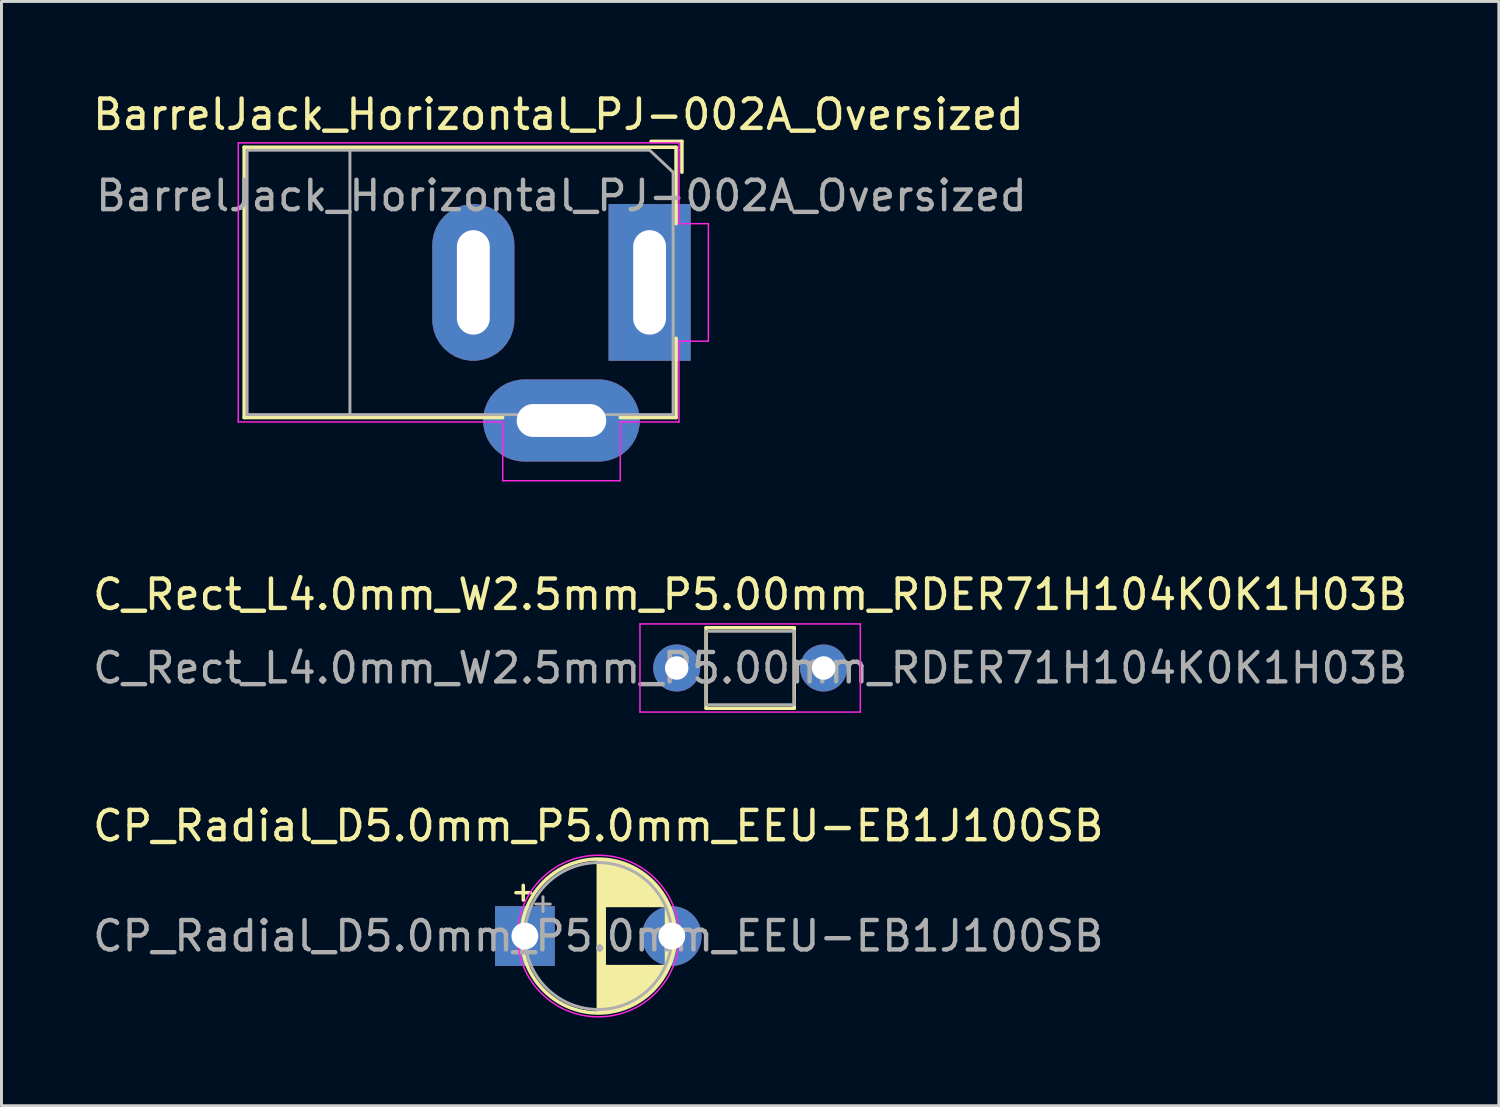
<source format=kicad_pcb>
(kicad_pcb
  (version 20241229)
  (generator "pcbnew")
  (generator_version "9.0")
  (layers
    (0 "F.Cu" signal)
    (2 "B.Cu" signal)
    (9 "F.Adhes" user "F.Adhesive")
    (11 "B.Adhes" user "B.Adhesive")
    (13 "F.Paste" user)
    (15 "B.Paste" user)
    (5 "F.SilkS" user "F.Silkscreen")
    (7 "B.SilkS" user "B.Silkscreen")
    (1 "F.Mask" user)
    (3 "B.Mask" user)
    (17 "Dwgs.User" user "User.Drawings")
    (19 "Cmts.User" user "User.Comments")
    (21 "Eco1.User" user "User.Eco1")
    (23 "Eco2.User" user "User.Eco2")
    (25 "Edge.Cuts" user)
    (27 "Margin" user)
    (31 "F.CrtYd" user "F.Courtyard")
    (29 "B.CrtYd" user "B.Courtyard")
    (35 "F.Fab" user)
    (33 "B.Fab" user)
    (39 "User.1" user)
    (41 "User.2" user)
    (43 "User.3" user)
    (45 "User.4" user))
  (footprint "CP_Radial_D5.0mm_P5.0mm_EEU-EB1J100SB"
    (layer "F.Cu")
    (at 16.065 28.809)
    (property "Reference" "CP_Radial_D5.0mm_P5.0mm_EEU-EB1J100SB" (at 1.25 -3.75 0) (layer "F.SilkS") (effects (font (size 1 1) (thickness 0.15))))
    (attr through_hole)
    (fp_line (start -1.555 -1.475) (end -1.055 -1.475) (stroke (width 0.12) (type solid)) (layer "F.SilkS"))
    (fp_line (start -1.305 -1.725) (end -1.305 -1.225) (stroke (width 0.12) (type solid)) (layer "F.SilkS"))
    (fp_line (start 1.25 -2.58) (end 1.25 2.58) (stroke (width 0.12) (type solid)) (layer "F.SilkS"))
    (fp_line (start 1.29 -2.58) (end 1.29 2.58) (stroke (width 0.12) (type solid)) (layer "F.SilkS"))
    (fp_line (start 1.33 -2.579) (end 1.33 2.579) (stroke (width 0.12) (type solid)) (layer "F.SilkS"))
    (fp_line (start 1.37 -2.578) (end 1.37 2.578) (stroke (width 0.12) (type solid)) (layer "F.SilkS"))
    (fp_line (start 1.41 -2.576) (end 1.41 2.576) (stroke (width 0.12) (type solid)) (layer "F.SilkS"))
    (fp_line (start 1.45 -2.573) (end 1.45 2.573) (stroke (width 0.12) (type solid)) (layer "F.SilkS"))
    (fp_line (start 1.49 -2.569) (end 1.49 -1.04) (stroke (width 0.12) (type solid)) (layer "F.SilkS"))
    (fp_line (start 1.49 1.04) (end 1.49 2.569) (stroke (width 0.12) (type solid)) (layer "F.SilkS"))
    (fp_line (start 1.53 -2.565) (end 1.53 -1.04) (stroke (width 0.12) (type solid)) (layer "F.SilkS"))
    (fp_line (start 1.53 1.04) (end 1.53 2.565) (stroke (width 0.12) (type solid)) (layer "F.SilkS"))
    (fp_line (start 1.57 -2.561) (end 1.57 -1.04) (stroke (width 0.12) (type solid)) (layer "F.SilkS"))
    (fp_line (start 1.57 1.04) (end 1.57 2.561) (stroke (width 0.12) (type solid)) (layer "F.SilkS"))
    (fp_line (start 1.61 -2.556) (end 1.61 -1.04) (stroke (width 0.12) (type solid)) (layer "F.SilkS"))
    (fp_line (start 1.61 1.04) (end 1.61 2.556) (stroke (width 0.12) (type solid)) (layer "F.SilkS"))
    (fp_line (start 1.65 -2.55) (end 1.65 -1.04) (stroke (width 0.12) (type solid)) (layer "F.SilkS"))
    (fp_line (start 1.65 1.04) (end 1.65 2.55) (stroke (width 0.12) (type solid)) (layer "F.SilkS"))
    (fp_line (start 1.69 -2.543) (end 1.69 -1.04) (stroke (width 0.12) (type solid)) (layer "F.SilkS"))
    (fp_line (start 1.69 1.04) (end 1.69 2.543) (stroke (width 0.12) (type solid)) (layer "F.SilkS"))
    (fp_line (start 1.73 -2.536) (end 1.73 -1.04) (stroke (width 0.12) (type solid)) (layer "F.SilkS"))
    (fp_line (start 1.73 1.04) (end 1.73 2.536) (stroke (width 0.12) (type solid)) (layer "F.SilkS"))
    (fp_line (start 1.77 -2.528) (end 1.77 -1.04) (stroke (width 0.12) (type solid)) (layer "F.SilkS"))
    (fp_line (start 1.77 1.04) (end 1.77 2.528) (stroke (width 0.12) (type solid)) (layer "F.SilkS"))
    (fp_line (start 1.81 -2.52) (end 1.81 -1.04) (stroke (width 0.12) (type solid)) (layer "F.SilkS"))
    (fp_line (start 1.81 1.04) (end 1.81 2.52) (stroke (width 0.12) (type solid)) (layer "F.SilkS"))
    (fp_line (start 1.85 -2.511) (end 1.85 -1.04) (stroke (width 0.12) (type solid)) (layer "F.SilkS"))
    (fp_line (start 1.85 1.04) (end 1.85 2.511) (stroke (width 0.12) (type solid)) (layer "F.SilkS"))
    (fp_line (start 1.89 -2.501) (end 1.89 -1.04) (stroke (width 0.12) (type solid)) (layer "F.SilkS"))
    (fp_line (start 1.89 1.04) (end 1.89 2.501) (stroke (width 0.12) (type solid)) (layer "F.SilkS"))
    (fp_line (start 1.93 -2.491) (end 1.93 -1.04) (stroke (width 0.12) (type solid)) (layer "F.SilkS"))
    (fp_line (start 1.93 1.04) (end 1.93 2.491) (stroke (width 0.12) (type solid)) (layer "F.SilkS"))
    (fp_line (start 1.971 -2.48) (end 1.971 -1.04) (stroke (width 0.12) (type solid)) (layer "F.SilkS"))
    (fp_line (start 1.971 1.04) (end 1.971 2.48) (stroke (width 0.12) (type solid)) (layer "F.SilkS"))
    (fp_line (start 2.011 -2.468) (end 2.011 -1.04) (stroke (width 0.12) (type solid)) (layer "F.SilkS"))
    (fp_line (start 2.011 1.04) (end 2.011 2.468) (stroke (width 0.12) (type solid)) (layer "F.SilkS"))
    (fp_line (start 2.051 -2.455) (end 2.051 -1.04) (stroke (width 0.12) (type solid)) (layer "F.SilkS"))
    (fp_line (start 2.051 1.04) (end 2.051 2.455) (stroke (width 0.12) (type solid)) (layer "F.SilkS"))
    (fp_line (start 2.091 -2.442) (end 2.091 -1.04) (stroke (width 0.12) (type solid)) (layer "F.SilkS"))
    (fp_line (start 2.091 1.04) (end 2.091 2.442) (stroke (width 0.12) (type solid)) (layer "F.SilkS"))
    (fp_line (start 2.131 -2.428) (end 2.131 -1.04) (stroke (width 0.12) (type solid)) (layer "F.SilkS"))
    (fp_line (start 2.131 1.04) (end 2.131 2.428) (stroke (width 0.12) (type solid)) (layer "F.SilkS"))
    (fp_line (start 2.171 -2.414) (end 2.171 -1.04) (stroke (width 0.12) (type solid)) (layer "F.SilkS"))
    (fp_line (start 2.171 1.04) (end 2.171 2.414) (stroke (width 0.12) (type solid)) (layer "F.SilkS"))
    (fp_line (start 2.211 -2.398) (end 2.211 -1.04) (stroke (width 0.12) (type solid)) (layer "F.SilkS"))
    (fp_line (start 2.211 1.04) (end 2.211 2.398) (stroke (width 0.12) (type solid)) (layer "F.SilkS"))
    (fp_line (start 2.251 -2.382) (end 2.251 -1.04) (stroke (width 0.12) (type solid)) (layer "F.SilkS"))
    (fp_line (start 2.251 1.04) (end 2.251 2.382) (stroke (width 0.12) (type solid)) (layer "F.SilkS"))
    (fp_line (start 2.291 -2.365) (end 2.291 -1.04) (stroke (width 0.12) (type solid)) (layer "F.SilkS"))
    (fp_line (start 2.291 1.04) (end 2.291 2.365) (stroke (width 0.12) (type solid)) (layer "F.SilkS"))
    (fp_line (start 2.331 -2.348) (end 2.331 -1.04) (stroke (width 0.12) (type solid)) (layer "F.SilkS"))
    (fp_line (start 2.331 1.04) (end 2.331 2.348) (stroke (width 0.12) (type solid)) (layer "F.SilkS"))
    (fp_line (start 2.371 -2.329) (end 2.371 -1.04) (stroke (width 0.12) (type solid)) (layer "F.SilkS"))
    (fp_line (start 2.371 1.04) (end 2.371 2.329) (stroke (width 0.12) (type solid)) (layer "F.SilkS"))
    (fp_line (start 2.411 -2.31) (end 2.411 -1.04) (stroke (width 0.12) (type solid)) (layer "F.SilkS"))
    (fp_line (start 2.411 1.04) (end 2.411 2.31) (stroke (width 0.12) (type solid)) (layer "F.SilkS"))
    (fp_line (start 2.451 -2.29) (end 2.451 -1.04) (stroke (width 0.12) (type solid)) (layer "F.SilkS"))
    (fp_line (start 2.451 1.04) (end 2.451 2.29) (stroke (width 0.12) (type solid)) (layer "F.SilkS"))
    (fp_line (start 2.491 -2.268) (end 2.491 -1.04) (stroke (width 0.12) (type solid)) (layer "F.SilkS"))
    (fp_line (start 2.491 1.04) (end 2.491 2.268) (stroke (width 0.12) (type solid)) (layer "F.SilkS"))
    (fp_line (start 2.531 -2.247) (end 2.531 -1.04) (stroke (width 0.12) (type solid)) (layer "F.SilkS"))
    (fp_line (start 2.531 1.04) (end 2.531 2.247) (stroke (width 0.12) (type solid)) (layer "F.SilkS"))
    (fp_line (start 2.571 -2.224) (end 2.571 -1.04) (stroke (width 0.12) (type solid)) (layer "F.SilkS"))
    (fp_line (start 2.571 1.04) (end 2.571 2.224) (stroke (width 0.12) (type solid)) (layer "F.SilkS"))
    (fp_line (start 2.611 -2.2) (end 2.611 -1.04) (stroke (width 0.12) (type solid)) (layer "F.SilkS"))
    (fp_line (start 2.611 1.04) (end 2.611 2.2) (stroke (width 0.12) (type solid)) (layer "F.SilkS"))
    (fp_line (start 2.651 -2.175) (end 2.651 -1.04) (stroke (width 0.12) (type solid)) (layer "F.SilkS"))
    (fp_line (start 2.651 1.04) (end 2.651 2.175) (stroke (width 0.12) (type solid)) (layer "F.SilkS"))
    (fp_line (start 2.691 -2.149) (end 2.691 -1.04) (stroke (width 0.12) (type solid)) (layer "F.SilkS"))
    (fp_line (start 2.691 1.04) (end 2.691 2.149) (stroke (width 0.12) (type solid)) (layer "F.SilkS"))
    (fp_line (start 2.731 -2.122) (end 2.731 -1.04) (stroke (width 0.12) (type solid)) (layer "F.SilkS"))
    (fp_line (start 2.731 1.04) (end 2.731 2.122) (stroke (width 0.12) (type solid)) (layer "F.SilkS"))
    (fp_line (start 2.771 -2.095) (end 2.771 -1.04) (stroke (width 0.12) (type solid)) (layer "F.SilkS"))
    (fp_line (start 2.771 1.04) (end 2.771 2.095) (stroke (width 0.12) (type solid)) (layer "F.SilkS"))
    (fp_line (start 2.811 -2.065) (end 2.811 -1.04) (stroke (width 0.12) (type solid)) (layer "F.SilkS"))
    (fp_line (start 2.811 1.04) (end 2.811 2.065) (stroke (width 0.12) (type solid)) (layer "F.SilkS"))
    (fp_line (start 2.851 -2.035) (end 2.851 -1.04) (stroke (width 0.12) (type solid)) (layer "F.SilkS"))
    (fp_line (start 2.851 1.04) (end 2.851 2.035) (stroke (width 0.12) (type solid)) (layer "F.SilkS"))
    (fp_line (start 2.891 -2.004) (end 2.891 -1.04) (stroke (width 0.12) (type solid)) (layer "F.SilkS"))
    (fp_line (start 2.891 1.04) (end 2.891 2.004) (stroke (width 0.12) (type solid)) (layer "F.SilkS"))
    (fp_line (start 2.931 -1.971) (end 2.931 -1.04) (stroke (width 0.12) (type solid)) (layer "F.SilkS"))
    (fp_line (start 2.931 1.04) (end 2.931 1.971) (stroke (width 0.12) (type solid)) (layer "F.SilkS"))
    (fp_line (start 2.971 -1.937) (end 2.971 -1.04) (stroke (width 0.12) (type solid)) (layer "F.SilkS"))
    (fp_line (start 2.971 1.04) (end 2.971 1.937) (stroke (width 0.12) (type solid)) (layer "F.SilkS"))
    (fp_line (start 3.011 -1.901) (end 3.011 -1.04) (stroke (width 0.12) (type solid)) (layer "F.SilkS"))
    (fp_line (start 3.011 1.04) (end 3.011 1.901) (stroke (width 0.12) (type solid)) (layer "F.SilkS"))
    (fp_line (start 3.051 -1.864) (end 3.051 -1.04) (stroke (width 0.12) (type solid)) (layer "F.SilkS"))
    (fp_line (start 3.051 1.04) (end 3.051 1.864) (stroke (width 0.12) (type solid)) (layer "F.SilkS"))
    (fp_line (start 3.091 -1.826) (end 3.091 -1.04) (stroke (width 0.12) (type solid)) (layer "F.SilkS"))
    (fp_line (start 3.091 1.04) (end 3.091 1.826) (stroke (width 0.12) (type solid)) (layer "F.SilkS"))
    (fp_line (start 3.131 -1.785) (end 3.131 -1.04) (stroke (width 0.12) (type solid)) (layer "F.SilkS"))
    (fp_line (start 3.131 1.04) (end 3.131 1.785) (stroke (width 0.12) (type solid)) (layer "F.SilkS"))
    (fp_line (start 3.171 -1.743) (end 3.171 -1.04) (stroke (width 0.12) (type solid)) (layer "F.SilkS"))
    (fp_line (start 3.171 1.04) (end 3.171 1.743) (stroke (width 0.12) (type solid)) (layer "F.SilkS"))
    (fp_line (start 3.211 -1.699) (end 3.211 -1.04) (stroke (width 0.12) (type solid)) (layer "F.SilkS"))
    (fp_line (start 3.211 1.04) (end 3.211 1.699) (stroke (width 0.12) (type solid)) (layer "F.SilkS"))
    (fp_line (start 3.251 -1.653) (end 3.251 -1.04) (stroke (width 0.12) (type solid)) (layer "F.SilkS"))
    (fp_line (start 3.251 1.04) (end 3.251 1.653) (stroke (width 0.12) (type solid)) (layer "F.SilkS"))
    (fp_line (start 3.291 -1.605) (end 3.291 -1.04) (stroke (width 0.12) (type solid)) (layer "F.SilkS"))
    (fp_line (start 3.291 1.04) (end 3.291 1.605) (stroke (width 0.12) (type solid)) (layer "F.SilkS"))
    (fp_line (start 3.331 -1.554) (end 3.331 -1.04) (stroke (width 0.12) (type solid)) (layer "F.SilkS"))
    (fp_line (start 3.331 1.04) (end 3.331 1.554) (stroke (width 0.12) (type solid)) (layer "F.SilkS"))
    (fp_line (start 3.371 -1.5) (end 3.371 -1.04) (stroke (width 0.12) (type solid)) (layer "F.SilkS"))
    (fp_line (start 3.371 1.04) (end 3.371 1.5) (stroke (width 0.12) (type solid)) (layer "F.SilkS"))
    (fp_line (start 3.411 -1.443) (end 3.411 -1.04) (stroke (width 0.12) (type solid)) (layer "F.SilkS"))
    (fp_line (start 3.411 1.04) (end 3.411 1.443) (stroke (width 0.12) (type solid)) (layer "F.SilkS"))
    (fp_line (start 3.451 -1.383) (end 3.451 -1.04) (stroke (width 0.12) (type solid)) (layer "F.SilkS"))
    (fp_line (start 3.451 1.04) (end 3.451 1.383) (stroke (width 0.12) (type solid)) (layer "F.SilkS"))
    (fp_line (start 3.491 -1.319) (end 3.491 -1.04) (stroke (width 0.12) (type solid)) (layer "F.SilkS"))
    (fp_line (start 3.491 1.04) (end 3.491 1.319) (stroke (width 0.12) (type solid)) (layer "F.SilkS"))
    (fp_line (start 3.531 -1.251) (end 3.531 -1.04) (stroke (width 0.12) (type solid)) (layer "F.SilkS"))
    (fp_line (start 3.531 1.04) (end 3.531 1.251) (stroke (width 0.12) (type solid)) (layer "F.SilkS"))
    (fp_line (start 3.571 -1.178) (end 3.571 1.178) (stroke (width 0.12) (type solid)) (layer "F.SilkS"))
    (fp_line (start 3.611 -1.098) (end 3.611 1.098) (stroke (width 0.12) (type solid)) (layer "F.SilkS"))
    (fp_line (start 3.651 -1.011) (end 3.651 1.011) (stroke (width 0.12) (type solid)) (layer "F.SilkS"))
    (fp_line (start 3.691 -0.915) (end 3.691 0.915) (stroke (width 0.12) (type solid)) (layer "F.SilkS"))
    (fp_line (start 3.731 -0.805) (end 3.731 0.805) (stroke (width 0.12) (type solid)) (layer "F.SilkS"))
    (fp_line (start 3.771 -0.677) (end 3.771 0.677) (stroke (width 0.12) (type solid)) (layer "F.SilkS"))
    (fp_line (start 3.811 -0.518) (end 3.811 0.518) (stroke (width 0.12) (type solid)) (layer "F.SilkS"))
    (fp_line (start 3.851 -0.284) (end 3.851 0.284) (stroke (width 0.12) (type solid)) (layer "F.SilkS"))
    (fp_circle (center 1.25 0) (end 3.87 0) (stroke (width 0.12) (type solid)) (fill no) (layer "F.SilkS"))
    (fp_circle (center 1.25 0) (end 4 0) (stroke (width 0.05) (type solid)) (fill no) (layer "F.CrtYd"))
    (fp_line (start -0.884 -1.087) (end -0.384 -1.087) (stroke (width 0.1) (type solid)) (layer "F.Fab"))
    (fp_line (start -0.634 -1.337) (end -0.634 -0.838) (stroke (width 0.1) (type solid)) (layer "F.Fab"))
    (fp_circle (center 1.25 0) (end 3.75 0) (stroke (width 0.1) (type solid)) (fill no) (layer "F.Fab"))
    (fp_text user "${REFERENCE}" (at 1.25 0 0) (layer "F.Fab") (effects (font (size 1 1) (thickness 0.15))))
    (pad "1" thru_hole rect (at -1.25 0) (size 2.032 2.032) (drill 0.914) (layers "*.Cu" "*.Mask"))
    (pad "2" thru_hole circle (at 3.75 0) (size 2.032 2.032) (drill 0.914) (layers "*.Cu" "*.Mask")))
  (footprint "BarrelJack_Horizontal_PJ-002A_Oversized"
    (layer "F.Cu")
    (at 19.06 6.562)
    (property "Reference" "BarrelJack_Horizontal_PJ-002A_Oversized" (at -3.102 -5.714 0) (layer "F.SilkS") (effects (font (size 1 1) (thickness 0.15))))
    (attr through_hole)
    (fp_line (start -13.8 -4.6) (end 0.9 -4.6) (stroke (width 0.12) (type solid)) (layer "F.SilkS"))
    (fp_line (start -13.8 4.6) (end -13.8 -4.6) (stroke (width 0.12) (type solid)) (layer "F.SilkS"))
    (fp_line (start -5 4.6) (end -13.8 4.6) (stroke (width 0.12) (type solid)) (layer "F.SilkS"))
    (fp_line (start 0.05 -4.8) (end 1.1 -4.8) (stroke (width 0.12) (type solid)) (layer "F.SilkS"))
    (fp_line (start 0.9 -4.6) (end 0.9 -2) (stroke (width 0.12) (type solid)) (layer "F.SilkS"))
    (fp_line (start 0.9 1.9) (end 0.9 4.6) (stroke (width 0.12) (type solid)) (layer "F.SilkS"))
    (fp_line (start 0.9 4.6) (end -1 4.6) (stroke (width 0.12) (type solid)) (layer "F.SilkS"))
    (fp_line (start 1.1 -3.75) (end 1.1 -4.8) (stroke (width 0.12) (type solid)) (layer "F.SilkS"))
    (fp_line (start -14 4.75) (end -14 -4.75) (stroke (width 0.05) (type solid)) (layer "F.CrtYd"))
    (fp_line (start -5 4.75) (end -14 4.75) (stroke (width 0.05) (type solid)) (layer "F.CrtYd"))
    (fp_line (start -5 6.75) (end -5 4.75) (stroke (width 0.05) (type solid)) (layer "F.CrtYd"))
    (fp_line (start -1 4.75) (end -1 6.75) (stroke (width 0.05) (type solid)) (layer "F.CrtYd"))
    (fp_line (start -1 6.75) (end -5 6.75) (stroke (width 0.05) (type solid)) (layer "F.CrtYd"))
    (fp_line (start 1 -4.75) (end -14 -4.75) (stroke (width 0.05) (type solid)) (layer "F.CrtYd"))
    (fp_line (start 1 -4.5) (end 1 -4.75) (stroke (width 0.05) (type solid)) (layer "F.CrtYd"))
    (fp_line (start 1 -4.5) (end 1 -2) (stroke (width 0.05) (type solid)) (layer "F.CrtYd"))
    (fp_line (start 1 -2) (end 2 -2) (stroke (width 0.05) (type solid)) (layer "F.CrtYd"))
    (fp_line (start 1 2) (end 1 4.75) (stroke (width 0.05) (type solid)) (layer "F.CrtYd"))
    (fp_line (start 1 4.75) (end -1 4.75) (stroke (width 0.05) (type solid)) (layer "F.CrtYd"))
    (fp_line (start 2 -2) (end 2 2) (stroke (width 0.05) (type solid)) (layer "F.CrtYd"))
    (fp_line (start 2 2) (end 1 2) (stroke (width 0.05) (type solid)) (layer "F.CrtYd"))
    (fp_line (start -13.7 -4.5) (end -13.7 4.5) (stroke (width 0.1) (type solid)) (layer "F.Fab"))
    (fp_line (start -13.7 4.5) (end 0.8 4.5) (stroke (width 0.1) (type solid)) (layer "F.Fab"))
    (fp_line (start -10.2 -4.5) (end -10.2 4.5) (stroke (width 0.1) (type solid)) (layer "F.Fab"))
    (fp_line (start -0.003 -4.505) (end 0.8 -3.75) (stroke (width 0.1) (type solid)) (layer "F.Fab"))
    (fp_line (start 0 -4.5) (end -13.7 -4.5) (stroke (width 0.1) (type solid)) (layer "F.Fab"))
    (fp_line (start 0.8 4.5) (end 0.8 -3.75) (stroke (width 0.1) (type solid)) (layer "F.Fab"))
    (fp_text user "${REFERENCE}" (at -3 -2.95 0) (layer "F.Fab") (effects (font (size 1 1) (thickness 0.15))))
    (pad "1" thru_hole rect (at 0 0) (size 2.794 5.334) (drill oval 1.118 3.556) (layers "*.Cu" "*.Mask"))
    (pad "2" thru_hole roundrect (at -6 0) (size 2.794 5.334) (drill oval 1.118 3.556) (layers "*.Cu" "*.Mask") (roundrect_rratio 0.5))
    (pad "3" thru_hole roundrect (at -3 4.7) (size 5.334 2.794) (drill oval 3.048 1.118) (layers "*.Cu" "*.Mask") (roundrect_rratio 0.5)))
  (footprint "C_Rect_L4.0mm_W2.5mm_P5.00mm_RDER71H104K0K1H03B"
    (layer "F.Cu")
    (at 19.982 19.686)
    (property "Reference" "C_Rect_L4.0mm_W2.5mm_P5.00mm_RDER71H104K0K1H03B" (at 2.5 -2.5 0) (layer "F.SilkS") (effects (font (size 1 1) (thickness 0.15))))
    (attr through_hole)
    (fp_line (start 1 -1.37) (end 1 1.37) (stroke (width 0.12) (type solid)) (layer "F.SilkS"))
    (fp_line (start 1 -1.37) (end 4 -1.37) (stroke (width 0.12) (type solid)) (layer "F.SilkS"))
    (fp_line (start 1 1.37) (end 4 1.37) (stroke (width 0.12) (type solid)) (layer "F.SilkS"))
    (fp_line (start 4 -1.37) (end 4 1.37) (stroke (width 0.12) (type solid)) (layer "F.SilkS"))
    (fp_line (start -1.25 -1.5) (end -1.25 1.5) (stroke (width 0.05) (type solid)) (layer "F.CrtYd"))
    (fp_line (start -1.25 1.5) (end 6.25 1.5) (stroke (width 0.05) (type solid)) (layer "F.CrtYd"))
    (fp_line (start 6.25 -1.5) (end -1.25 -1.5) (stroke (width 0.05) (type solid)) (layer "F.CrtYd"))
    (fp_line (start 6.25 1.5) (end 6.25 -1.5) (stroke (width 0.05) (type solid)) (layer "F.CrtYd"))
    (fp_line (start 1 -1.25) (end 1 1.25) (stroke (width 0.1) (type solid)) (layer "F.Fab"))
    (fp_line (start 1 1.25) (end 4 1.25) (stroke (width 0.1) (type solid)) (layer "F.Fab"))
    (fp_line (start 4 -1.25) (end 1 -1.25) (stroke (width 0.1) (type solid)) (layer "F.Fab"))
    (fp_line (start 4 1.25) (end 4 -1.25) (stroke (width 0.1) (type solid)) (layer "F.Fab"))
    (fp_text user "${REFERENCE}" (at 2.5 0 0) (layer "F.Fab") (effects (font (size 1 1) (thickness 0.15))))
    (pad "1" thru_hole circle (at 0 0) (size 1.6 1.6) (drill 0.8) (layers "*.Cu" "*.Mask"))
    (pad "2" thru_hole circle (at 5 0) (size 1.6 1.6) (drill 0.8) (layers "*.Cu" "*.Mask")))
  (gr_rect
    (start -3 -3)
    (end 47.964 34.584)
    (stroke (width 0.1) (type default))
    (fill no)
    (layer "Edge.Cuts")))
</source>
